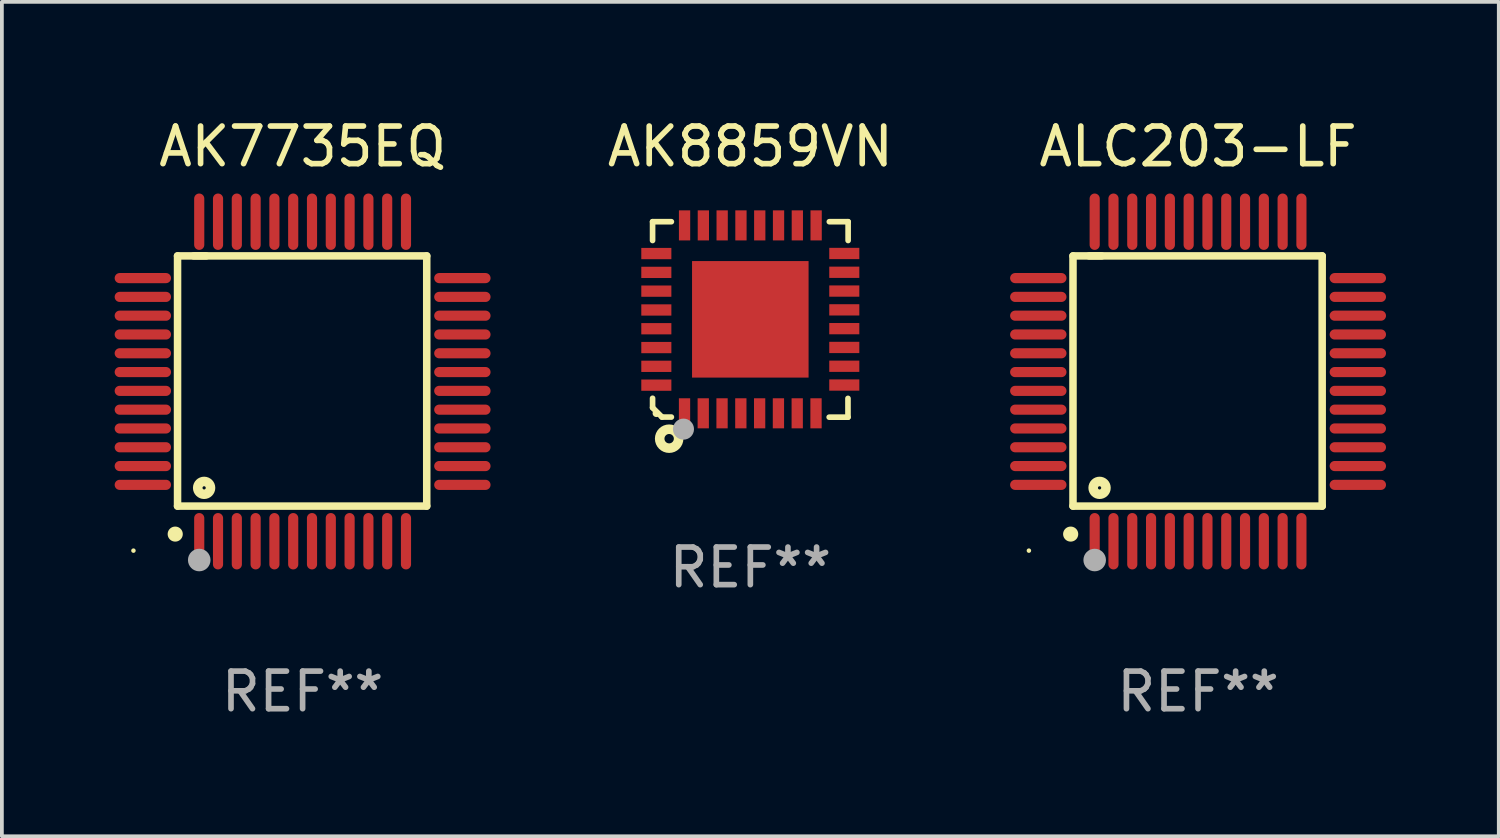
<source format=kicad_pcb>
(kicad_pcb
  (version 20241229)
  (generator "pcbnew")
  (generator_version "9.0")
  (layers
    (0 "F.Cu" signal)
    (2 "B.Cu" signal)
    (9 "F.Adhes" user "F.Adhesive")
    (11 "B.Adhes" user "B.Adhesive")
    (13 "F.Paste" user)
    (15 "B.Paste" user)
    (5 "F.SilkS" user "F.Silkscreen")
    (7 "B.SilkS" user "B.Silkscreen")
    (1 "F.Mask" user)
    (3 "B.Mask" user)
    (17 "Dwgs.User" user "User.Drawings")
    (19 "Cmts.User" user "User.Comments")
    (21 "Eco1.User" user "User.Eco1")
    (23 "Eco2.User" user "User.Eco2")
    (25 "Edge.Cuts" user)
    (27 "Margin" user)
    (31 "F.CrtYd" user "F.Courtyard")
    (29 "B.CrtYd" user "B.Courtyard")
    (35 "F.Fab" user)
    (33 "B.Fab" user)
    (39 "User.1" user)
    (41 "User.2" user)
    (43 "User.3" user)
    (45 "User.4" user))
  (footprint "ALC203-LF"
    (layer "F.Cu")
    (at 28.821 7.098)
    (property "Reference" "ALC203-LF" (at 0 -6.25 0) (layer "F.SilkS") (effects (font (size 1 1) (thickness 0.15))))
    (attr through_hole)
    (fp_line (start -3.327 -3.34) (end -2.565 -3.34) (stroke (width 0.2) (type solid)) (layer "F.SilkS"))
    (fp_line (start -3.327 3.315) (end -3.327 -3.34) (stroke (width 0.2) (type solid)) (layer "F.SilkS"))
    (fp_line (start -2.896 -3.34) (end 3.302 -3.34) (stroke (width 0.2) (type solid)) (layer "F.SilkS"))
    (fp_line (start 3.302 -3.34) (end 3.302 3.315) (stroke (width 0.2) (type solid)) (layer "F.SilkS"))
    (fp_line (start 3.302 3.315) (end -3.327 3.315) (stroke (width 0.2) (type solid)) (layer "F.SilkS"))
    (fp_arc (start -3.389992 4.059995) (mid -3.388722 4.059991) (end -3.387452 4.059995) (stroke (width 0.4) (type solid)) (layer "F.SilkS"))
    (fp_circle (center -4.5 4.5) (end -4.47 4.5) (stroke (width 0.06) (type solid)) (fill no) (layer "F.SilkS"))
    (fp_circle (center -2.62 2.83) (end -2.45 2.83) (stroke (width 0.254) (type solid)) (fill no) (layer "F.SilkS"))
    (fp_circle (center -2.75 4.75) (end -2.6 4.75) (stroke (width 0.3) (type solid)) (fill no) (layer "F.Fab"))
    (fp_text user "REF**" (at 0 8.25 0) (layer "F.Fab") (effects (font (size 1 1) (thickness 0.15))))
    (pad "1" smd oval (at -2.75 4.25) (size 0.27 1.5) (layers "F.Cu" "F.Mask" "F.Paste"))
    (pad "2" smd oval (at -2.25 4.25) (size 0.27 1.5) (layers "F.Cu" "F.Mask" "F.Paste"))
    (pad "3" smd oval (at -1.75 4.25) (size 0.27 1.5) (layers "F.Cu" "F.Mask" "F.Paste"))
    (pad "4" smd oval (at -1.25 4.25) (size 0.27 1.5) (layers "F.Cu" "F.Mask" "F.Paste"))
    (pad "5" smd oval (at -0.75 4.25) (size 0.27 1.5) (layers "F.Cu" "F.Mask" "F.Paste"))
    (pad "6" smd oval (at -0.25 4.25) (size 0.27 1.5) (layers "F.Cu" "F.Mask" "F.Paste"))
    (pad "7" smd oval (at 0.25 4.25) (size 0.27 1.5) (layers "F.Cu" "F.Mask" "F.Paste"))
    (pad "8" smd oval (at 0.75 4.25) (size 0.27 1.5) (layers "F.Cu" "F.Mask" "F.Paste"))
    (pad "9" smd oval (at 1.25 4.25) (size 0.27 1.5) (layers "F.Cu" "F.Mask" "F.Paste"))
    (pad "10" smd oval (at 1.75 4.25) (size 0.27 1.5) (layers "F.Cu" "F.Mask" "F.Paste"))
    (pad "11" smd oval (at 2.25 4.25) (size 0.27 1.5) (layers "F.Cu" "F.Mask" "F.Paste"))
    (pad "12" smd oval (at 2.75 4.25) (size 0.27 1.5) (layers "F.Cu" "F.Mask" "F.Paste"))
    (pad "13" smd oval (at 4.25 2.75) (size 1.5 0.27) (layers "F.Cu" "F.Mask" "F.Paste"))
    (pad "14" smd oval (at 4.25 2.25) (size 1.5 0.27) (layers "F.Cu" "F.Mask" "F.Paste"))
    (pad "15" smd oval (at 4.25 1.75) (size 1.5 0.27) (layers "F.Cu" "F.Mask" "F.Paste"))
    (pad "16" smd oval (at 4.25 1.25) (size 1.5 0.27) (layers "F.Cu" "F.Mask" "F.Paste"))
    (pad "17" smd oval (at 4.25 0.75) (size 1.5 0.27) (layers "F.Cu" "F.Mask" "F.Paste"))
    (pad "18" smd oval (at 4.25 0.25) (size 1.5 0.27) (layers "F.Cu" "F.Mask" "F.Paste"))
    (pad "19" smd oval (at 4.25 -0.25) (size 1.5 0.27) (layers "F.Cu" "F.Mask" "F.Paste"))
    (pad "20" smd oval (at 4.25 -0.75) (size 1.5 0.27) (layers "F.Cu" "F.Mask" "F.Paste"))
    (pad "21" smd oval (at 4.25 -1.25) (size 1.5 0.27) (layers "F.Cu" "F.Mask" "F.Paste"))
    (pad "22" smd oval (at 4.25 -1.75) (size 1.5 0.27) (layers "F.Cu" "F.Mask" "F.Paste"))
    (pad "23" smd oval (at 4.25 -2.25) (size 1.5 0.27) (layers "F.Cu" "F.Mask" "F.Paste"))
    (pad "24" smd oval (at 4.25 -2.75) (size 1.5 0.27) (layers "F.Cu" "F.Mask" "F.Paste"))
    (pad "25" smd oval (at 2.75 -4.25) (size 0.27 1.5) (layers "F.Cu" "F.Mask" "F.Paste"))
    (pad "26" smd oval (at 2.25 -4.25) (size 0.27 1.5) (layers "F.Cu" "F.Mask" "F.Paste"))
    (pad "27" smd oval (at 1.75 -4.25) (size 0.27 1.5) (layers "F.Cu" "F.Mask" "F.Paste"))
    (pad "28" smd oval (at 1.25 -4.25) (size 0.27 1.5) (layers "F.Cu" "F.Mask" "F.Paste"))
    (pad "29" smd oval (at 0.75 -4.25) (size 0.27 1.5) (layers "F.Cu" "F.Mask" "F.Paste"))
    (pad "30" smd oval (at 0.25 -4.25) (size 0.27 1.5) (layers "F.Cu" "F.Mask" "F.Paste"))
    (pad "31" smd oval (at -0.25 -4.25) (size 0.27 1.5) (layers "F.Cu" "F.Mask" "F.Paste"))
    (pad "32" smd oval (at -0.75 -4.25) (size 0.27 1.5) (layers "F.Cu" "F.Mask" "F.Paste"))
    (pad "33" smd oval (at -1.25 -4.25) (size 0.27 1.5) (layers "F.Cu" "F.Mask" "F.Paste"))
    (pad "34" smd oval (at -1.75 -4.25) (size 0.27 1.5) (layers "F.Cu" "F.Mask" "F.Paste"))
    (pad "35" smd oval (at -2.25 -4.25) (size 0.27 1.5) (layers "F.Cu" "F.Mask" "F.Paste"))
    (pad "36" smd oval (at -2.75 -4.25) (size 0.27 1.5) (layers "F.Cu" "F.Mask" "F.Paste"))
    (pad "37" smd oval (at -4.25 -2.75) (size 1.5 0.27) (layers "F.Cu" "F.Mask" "F.Paste"))
    (pad "38" smd oval (at -4.25 -2.25) (size 1.5 0.27) (layers "F.Cu" "F.Mask" "F.Paste"))
    (pad "39" smd oval (at -4.25 -1.75) (size 1.5 0.27) (layers "F.Cu" "F.Mask" "F.Paste"))
    (pad "40" smd oval (at -4.25 -1.25) (size 1.5 0.27) (layers "F.Cu" "F.Mask" "F.Paste"))
    (pad "41" smd oval (at -4.25 -0.75) (size 1.5 0.27) (layers "F.Cu" "F.Mask" "F.Paste"))
    (pad "42" smd oval (at -4.25 -0.25) (size 1.5 0.27) (layers "F.Cu" "F.Mask" "F.Paste"))
    (pad "43" smd oval (at -4.25 0.25) (size 1.5 0.27) (layers "F.Cu" "F.Mask" "F.Paste"))
    (pad "44" smd oval (at -4.25 0.75) (size 1.5 0.27) (layers "F.Cu" "F.Mask" "F.Paste"))
    (pad "45" smd oval (at -4.25 1.25) (size 1.5 0.27) (layers "F.Cu" "F.Mask" "F.Paste"))
    (pad "46" smd oval (at -4.25 1.75) (size 1.5 0.27) (layers "F.Cu" "F.Mask" "F.Paste"))
    (pad "47" smd oval (at -4.25 2.25) (size 1.5 0.27) (layers "F.Cu" "F.Mask" "F.Paste"))
    (pad "48" smd oval (at -4.25 2.75) (size 1.5 0.27) (layers "F.Cu" "F.Mask" "F.Paste")))
  (footprint "AK7735EQ"
    (layer "F.Cu")
    (at 5 7.098)
    (property "Reference" "AK7735EQ" (at 0 -6.25 0) (layer "F.SilkS") (effects (font (size 1 1) (thickness 0.15))))
    (attr through_hole)
    (fp_line (start -3.327 -3.34) (end -2.565 -3.34) (stroke (width 0.2) (type solid)) (layer "F.SilkS"))
    (fp_line (start -3.327 3.315) (end -3.327 -3.34) (stroke (width 0.2) (type solid)) (layer "F.SilkS"))
    (fp_line (start -2.896 -3.34) (end 3.302 -3.34) (stroke (width 0.2) (type solid)) (layer "F.SilkS"))
    (fp_line (start 3.302 -3.34) (end 3.302 3.315) (stroke (width 0.2) (type solid)) (layer "F.SilkS"))
    (fp_line (start 3.302 3.315) (end -3.327 3.315) (stroke (width 0.2) (type solid)) (layer "F.SilkS"))
    (fp_arc (start -3.389992 4.059995) (mid -3.388722 4.059991) (end -3.387452 4.059995) (stroke (width 0.4) (type solid)) (layer "F.SilkS"))
    (fp_circle (center -4.5 4.5) (end -4.47 4.5) (stroke (width 0.06) (type solid)) (fill no) (layer "F.SilkS"))
    (fp_circle (center -2.62 2.83) (end -2.45 2.83) (stroke (width 0.254) (type solid)) (fill no) (layer "F.SilkS"))
    (fp_circle (center -2.75 4.75) (end -2.6 4.75) (stroke (width 0.3) (type solid)) (fill no) (layer "F.Fab"))
    (fp_text user "REF**" (at 0 8.25 0) (layer "F.Fab") (effects (font (size 1 1) (thickness 0.15))))
    (pad "1" smd oval (at -2.75 4.25) (size 0.27 1.5) (layers "F.Cu" "F.Mask" "F.Paste"))
    (pad "2" smd oval (at -2.25 4.25) (size 0.27 1.5) (layers "F.Cu" "F.Mask" "F.Paste"))
    (pad "3" smd oval (at -1.75 4.25) (size 0.27 1.5) (layers "F.Cu" "F.Mask" "F.Paste"))
    (pad "4" smd oval (at -1.25 4.25) (size 0.27 1.5) (layers "F.Cu" "F.Mask" "F.Paste"))
    (pad "5" smd oval (at -0.75 4.25) (size 0.27 1.5) (layers "F.Cu" "F.Mask" "F.Paste"))
    (pad "6" smd oval (at -0.25 4.25) (size 0.27 1.5) (layers "F.Cu" "F.Mask" "F.Paste"))
    (pad "7" smd oval (at 0.25 4.25) (size 0.27 1.5) (layers "F.Cu" "F.Mask" "F.Paste"))
    (pad "8" smd oval (at 0.75 4.25) (size 0.27 1.5) (layers "F.Cu" "F.Mask" "F.Paste"))
    (pad "9" smd oval (at 1.25 4.25) (size 0.27 1.5) (layers "F.Cu" "F.Mask" "F.Paste"))
    (pad "10" smd oval (at 1.75 4.25) (size 0.27 1.5) (layers "F.Cu" "F.Mask" "F.Paste"))
    (pad "11" smd oval (at 2.25 4.25) (size 0.27 1.5) (layers "F.Cu" "F.Mask" "F.Paste"))
    (pad "12" smd oval (at 2.75 4.25) (size 0.27 1.5) (layers "F.Cu" "F.Mask" "F.Paste"))
    (pad "13" smd oval (at 4.25 2.75) (size 1.5 0.27) (layers "F.Cu" "F.Mask" "F.Paste"))
    (pad "14" smd oval (at 4.25 2.25) (size 1.5 0.27) (layers "F.Cu" "F.Mask" "F.Paste"))
    (pad "15" smd oval (at 4.25 1.75) (size 1.5 0.27) (layers "F.Cu" "F.Mask" "F.Paste"))
    (pad "16" smd oval (at 4.25 1.25) (size 1.5 0.27) (layers "F.Cu" "F.Mask" "F.Paste"))
    (pad "17" smd oval (at 4.25 0.75) (size 1.5 0.27) (layers "F.Cu" "F.Mask" "F.Paste"))
    (pad "18" smd oval (at 4.25 0.25) (size 1.5 0.27) (layers "F.Cu" "F.Mask" "F.Paste"))
    (pad "19" smd oval (at 4.25 -0.25) (size 1.5 0.27) (layers "F.Cu" "F.Mask" "F.Paste"))
    (pad "20" smd oval (at 4.25 -0.75) (size 1.5 0.27) (layers "F.Cu" "F.Mask" "F.Paste"))
    (pad "21" smd oval (at 4.25 -1.25) (size 1.5 0.27) (layers "F.Cu" "F.Mask" "F.Paste"))
    (pad "22" smd oval (at 4.25 -1.75) (size 1.5 0.27) (layers "F.Cu" "F.Mask" "F.Paste"))
    (pad "23" smd oval (at 4.25 -2.25) (size 1.5 0.27) (layers "F.Cu" "F.Mask" "F.Paste"))
    (pad "24" smd oval (at 4.25 -2.75) (size 1.5 0.27) (layers "F.Cu" "F.Mask" "F.Paste"))
    (pad "25" smd oval (at 2.75 -4.25) (size 0.27 1.5) (layers "F.Cu" "F.Mask" "F.Paste"))
    (pad "26" smd oval (at 2.25 -4.25) (size 0.27 1.5) (layers "F.Cu" "F.Mask" "F.Paste"))
    (pad "27" smd oval (at 1.75 -4.25) (size 0.27 1.5) (layers "F.Cu" "F.Mask" "F.Paste"))
    (pad "28" smd oval (at 1.25 -4.25) (size 0.27 1.5) (layers "F.Cu" "F.Mask" "F.Paste"))
    (pad "29" smd oval (at 0.75 -4.25) (size 0.27 1.5) (layers "F.Cu" "F.Mask" "F.Paste"))
    (pad "30" smd oval (at 0.25 -4.25) (size 0.27 1.5) (layers "F.Cu" "F.Mask" "F.Paste"))
    (pad "31" smd oval (at -0.25 -4.25) (size 0.27 1.5) (layers "F.Cu" "F.Mask" "F.Paste"))
    (pad "32" smd oval (at -0.75 -4.25) (size 0.27 1.5) (layers "F.Cu" "F.Mask" "F.Paste"))
    (pad "33" smd oval (at -1.25 -4.25) (size 0.27 1.5) (layers "F.Cu" "F.Mask" "F.Paste"))
    (pad "34" smd oval (at -1.75 -4.25) (size 0.27 1.5) (layers "F.Cu" "F.Mask" "F.Paste"))
    (pad "35" smd oval (at -2.25 -4.25) (size 0.27 1.5) (layers "F.Cu" "F.Mask" "F.Paste"))
    (pad "36" smd oval (at -2.75 -4.25) (size 0.27 1.5) (layers "F.Cu" "F.Mask" "F.Paste"))
    (pad "37" smd oval (at -4.25 -2.75) (size 1.5 0.27) (layers "F.Cu" "F.Mask" "F.Paste"))
    (pad "38" smd oval (at -4.25 -2.25) (size 1.5 0.27) (layers "F.Cu" "F.Mask" "F.Paste"))
    (pad "39" smd oval (at -4.25 -1.75) (size 1.5 0.27) (layers "F.Cu" "F.Mask" "F.Paste"))
    (pad "40" smd oval (at -4.25 -1.25) (size 1.5 0.27) (layers "F.Cu" "F.Mask" "F.Paste"))
    (pad "41" smd oval (at -4.25 -0.75) (size 1.5 0.27) (layers "F.Cu" "F.Mask" "F.Paste"))
    (pad "42" smd oval (at -4.25 -0.25) (size 1.5 0.27) (layers "F.Cu" "F.Mask" "F.Paste"))
    (pad "43" smd oval (at -4.25 0.25) (size 1.5 0.27) (layers "F.Cu" "F.Mask" "F.Paste"))
    (pad "44" smd oval (at -4.25 0.75) (size 1.5 0.27) (layers "F.Cu" "F.Mask" "F.Paste"))
    (pad "45" smd oval (at -4.25 1.25) (size 1.5 0.27) (layers "F.Cu" "F.Mask" "F.Paste"))
    (pad "46" smd oval (at -4.25 1.75) (size 1.5 0.27) (layers "F.Cu" "F.Mask" "F.Paste"))
    (pad "47" smd oval (at -4.25 2.25) (size 1.5 0.27) (layers "F.Cu" "F.Mask" "F.Paste"))
    (pad "48" smd oval (at -4.25 2.75) (size 1.5 0.27) (layers "F.Cu" "F.Mask" "F.Paste")))
  (footprint "AK8859VN"
    (layer "F.Cu")
    (at 16.911 5.448)
    (property "Reference" "AK8859VN" (at 0 -4.6 0) (layer "F.SilkS") (effects (font (size 1 1) (thickness 0.15))))
    (attr through_hole)
    (fp_line (start -2.601 2.097) (end -2.601 2.347) (stroke (width 0.15) (type solid)) (layer "F.SilkS"))
    (fp_line (start -2.601 2.347) (end -2.351 2.597) (stroke (width 0.15) (type solid)) (layer "F.SilkS"))
    (fp_line (start -2.601 -2.6) (end -2.601 -2.1) (stroke (width 0.15) (type solid)) (layer "F.SilkS"))
    (fp_line (start -2.601 -2.6) (end -2.101 -2.6) (stroke (width 0.15) (type solid)) (layer "F.SilkS"))
    (fp_line (start -2.351 2.597) (end -2.101 2.597) (stroke (width 0.15) (type solid)) (layer "F.SilkS"))
    (fp_line (start 2.597 2.6) (end 2.097 2.6) (stroke (width 0.15) (type solid)) (layer "F.SilkS"))
    (fp_line (start 2.597 2.6) (end 2.597 2.1) (stroke (width 0.15) (type solid)) (layer "F.SilkS"))
    (fp_line (start 2.601 -2.6) (end 2.101 -2.6) (stroke (width 0.15) (type solid)) (layer "F.SilkS"))
    (fp_line (start 2.601 -2.6) (end 2.601 -2.1) (stroke (width 0.15) (type solid)) (layer "F.SilkS"))
    (fp_circle (center -2.501 2.497) (end -2.451 2.497) (stroke (width 0.1) (type solid)) (fill no) (layer "F.SilkS"))
    (fp_circle (center -2.16 3.172) (end -2.035 3.172) (stroke (width 0.254) (type solid)) (fill no) (layer "F.SilkS"))
    (fp_circle (center -1.779 2.918) (end -1.639 2.918) (stroke (width 0.28) (type solid)) (fill no) (layer "F.Fab"))
    (fp_text user "REF**" (at 0 6.6 0) (layer "F.Fab") (effects (font (size 1 1) (thickness 0.15))))
    (pad "1" smd rect (at -1.751 2.497) (size 0.3 0.8) (layers "F.Cu" "F.Mask" "F.Paste"))
    (pad "2" smd rect (at -1.253 2.497) (size 0.3 0.8) (layers "F.Cu" "F.Mask" "F.Paste"))
    (pad "3" smd rect (at -0.753 2.497) (size 0.3 0.8) (layers "F.Cu" "F.Mask" "F.Paste"))
    (pad "4" smd rect (at -0.253 2.497) (size 0.3 0.8) (layers "F.Cu" "F.Mask" "F.Paste"))
    (pad "5" smd rect (at 0.247 2.497) (size 0.3 0.8) (layers "F.Cu" "F.Mask" "F.Paste"))
    (pad "6" smd rect (at 0.747 2.497) (size 0.3 0.8) (layers "F.Cu" "F.Mask" "F.Paste"))
    (pad "7" smd rect (at 1.247 2.497) (size 0.3 0.8) (layers "F.Cu" "F.Mask" "F.Paste"))
    (pad "8" smd rect (at 1.747 2.497) (size 0.3 0.8) (layers "F.Cu" "F.Mask" "F.Paste"))
    (pad "9" smd rect (at 2.499 1.745) (size 0.8 0.3) (layers "F.Cu" "F.Mask" "F.Paste"))
    (pad "10" smd rect (at 2.499 1.245) (size 0.8 0.3) (layers "F.Cu" "F.Mask" "F.Paste"))
    (pad "11" smd rect (at 2.499 0.745) (size 0.8 0.3) (layers "F.Cu" "F.Mask" "F.Paste"))
    (pad "12" smd rect (at 2.499 0.245) (size 0.8 0.3) (layers "F.Cu" "F.Mask" "F.Paste"))
    (pad "13" smd rect (at 2.499 -0.255) (size 0.8 0.3) (layers "F.Cu" "F.Mask" "F.Paste"))
    (pad "14" smd rect (at 2.499 -0.755) (size 0.8 0.3) (layers "F.Cu" "F.Mask" "F.Paste"))
    (pad "15" smd rect (at 2.499 -1.255) (size 0.8 0.3) (layers "F.Cu" "F.Mask" "F.Paste"))
    (pad "16" smd rect (at 2.499 -1.755) (size 0.8 0.3) (layers "F.Cu" "F.Mask" "F.Paste"))
    (pad "17" smd rect (at 1.75 -2.502) (size 0.3 0.8) (layers "F.Cu" "F.Mask" "F.Paste"))
    (pad "18" smd rect (at 1.25 -2.502) (size 0.3 0.8) (layers "F.Cu" "F.Mask" "F.Paste"))
    (pad "19" smd rect (at 0.75 -2.502) (size 0.3 0.8) (layers "F.Cu" "F.Mask" "F.Paste"))
    (pad "20" smd rect (at 0.25 -2.502) (size 0.3 0.8) (layers "F.Cu" "F.Mask" "F.Paste"))
    (pad "21" smd rect (at -0.25 -2.502) (size 0.3 0.8) (layers "F.Cu" "F.Mask" "F.Paste"))
    (pad "22" smd rect (at -0.75 -2.502) (size 0.3 0.8) (layers "F.Cu" "F.Mask" "F.Paste"))
    (pad "23" smd rect (at -1.25 -2.502) (size 0.3 0.8) (layers "F.Cu" "F.Mask" "F.Paste"))
    (pad "24" smd rect (at -1.75 -2.502) (size 0.3 0.8) (layers "F.Cu" "F.Mask" "F.Paste"))
    (pad "25" smd rect (at -2.501 -1.753) (size 0.8 0.3) (layers "F.Cu" "F.Mask" "F.Paste"))
    (pad "26" smd rect (at -2.501 -1.252) (size 0.8 0.3) (layers "F.Cu" "F.Mask" "F.Paste"))
    (pad "27" smd rect (at -2.501 -0.753) (size 0.8 0.3) (layers "F.Cu" "F.Mask" "F.Paste"))
    (pad "28" smd rect (at -2.501 -0.252) (size 0.8 0.3) (layers "F.Cu" "F.Mask" "F.Paste"))
    (pad "29" smd rect (at -2.501 0.247) (size 0.8 0.3) (layers "F.Cu" "F.Mask" "F.Paste"))
    (pad "30" smd rect (at -2.501 0.748) (size 0.8 0.3) (layers "F.Cu" "F.Mask" "F.Paste"))
    (pad "31" smd rect (at -2.501 1.247) (size 0.8 0.3) (layers "F.Cu" "F.Mask" "F.Paste"))
    (pad "32" smd rect (at -2.501 1.748) (size 0.8 0.3) (layers "F.Cu" "F.Mask" "F.Paste"))
    (pad "33" smd rect (at -0.001 -0.003 180) (size 3.1 3.1) (layers "F.Cu" "F.Mask" "F.Paste")))
  (gr_rect
    (start -3 -3)
    (end 36.821 19.196)
    (stroke (width 0.1) (type default))
    (fill no)
    (layer "Edge.Cuts")))
</source>
